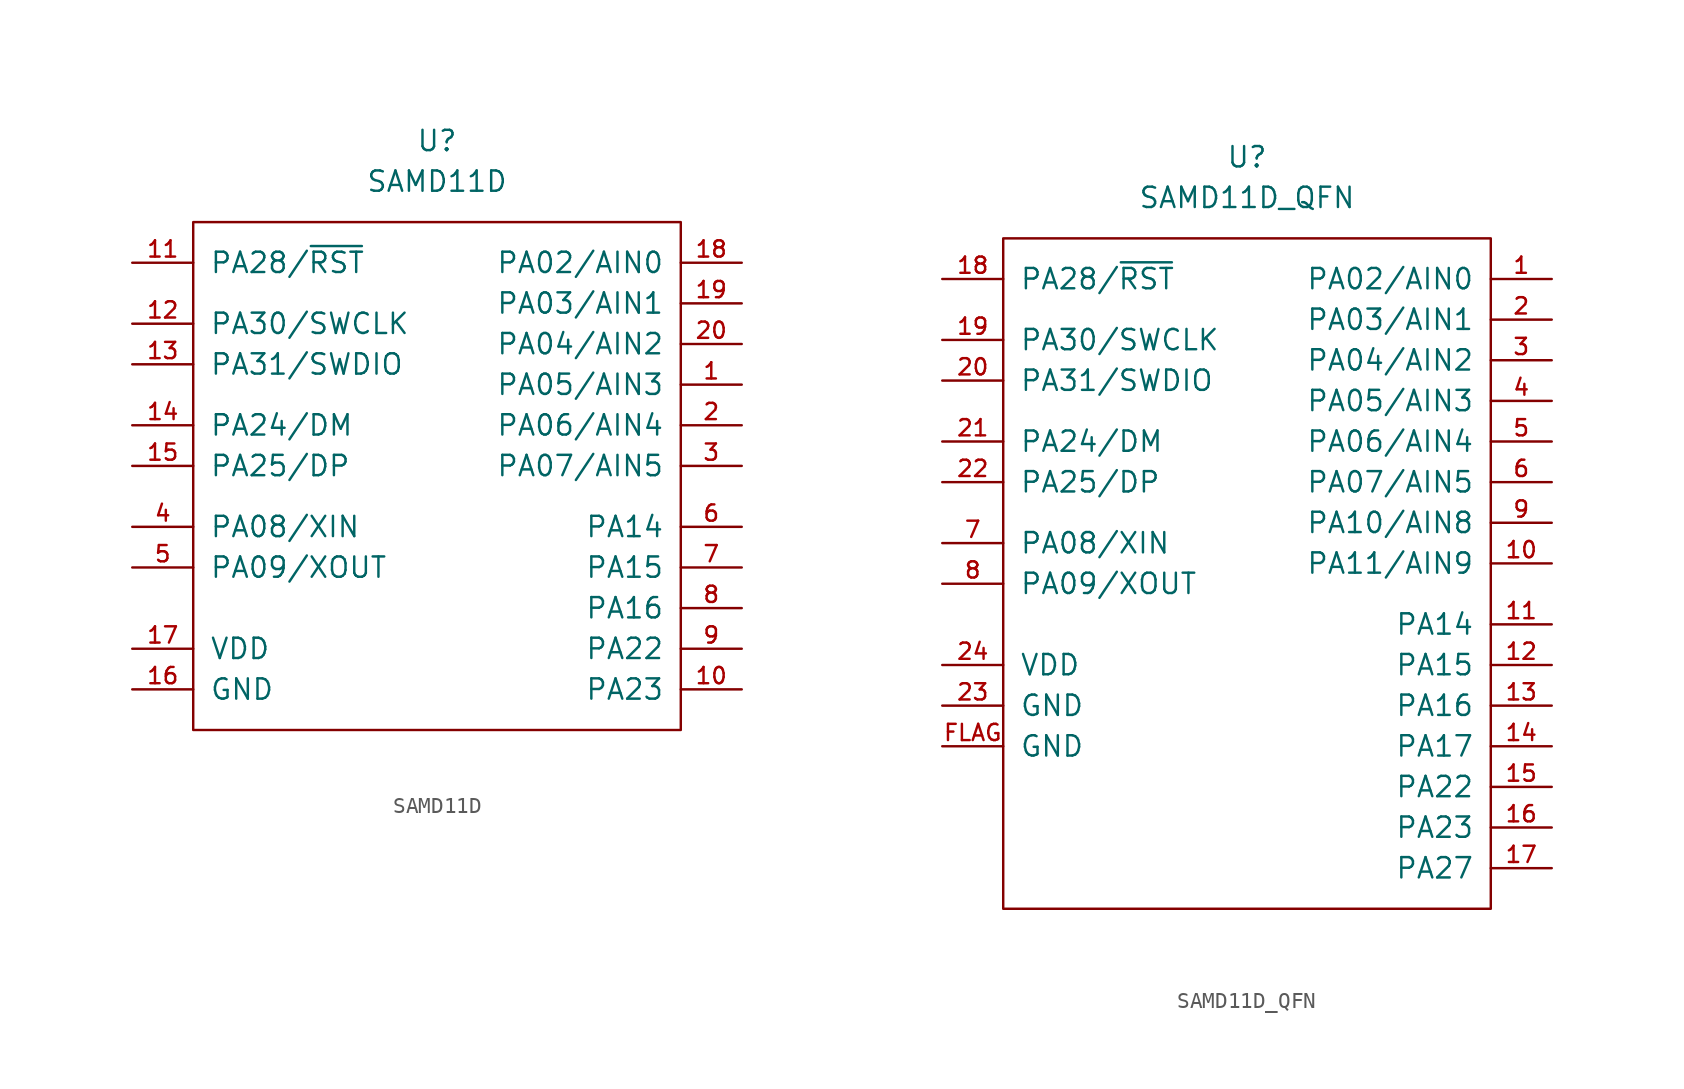
<source format=kicad_sym>
(kicad_symbol_lib
  (version 20211014)
  (generator kicad_symbol_editor)
  (symbol "SAMD11D"
    (pin_names
      (offset 1.016))
    (property "Reference" "U"
      (at 0 5.08 0)
      (effects (font (size 1.27 1.27))))
    (property "Value" "SAMD11D"
      (at 0 2.54 0)
      (effects (font (size 1.27 1.27))))
    (symbol "SAMD11D_0_1"
      (rectangle (start -15.24 0) (end 15.24 -31.75) (stroke (width 0) (type default) (color 0 0 0 0)) (fill (type none))))
    (symbol "SAMD11D_1_1"
      (pin tri_state line (at 19.05 -10.16 180) (length 3.81) (name "PA05/AIN3" (effects (font (size 1.27 1.27)))) (number "1" (effects (font (size 1.016 1.016)))))
      (pin tri_state line (at 19.05 -29.21 180) (length 3.81) (name "PA23" (effects (font (size 1.27 1.27)))) (number "10" (effects (font (size 1.016 1.016)))))
      (pin tri_state line (at -19.05 -2.54 0) (length 3.81) (name "PA28/~{RST}" (effects (font (size 1.27 1.27)))) (number "11" (effects (font (size 1.016 1.016)))))
      (pin tri_state line (at -19.05 -6.35 0) (length 3.81) (name "PA30/SWCLK" (effects (font (size 1.27 1.27)))) (number "12" (effects (font (size 1.016 1.016)))))
      (pin tri_state line (at -19.05 -8.89 0) (length 3.81) (name "PA31/SWDIO" (effects (font (size 1.27 1.27)))) (number "13" (effects (font (size 1.016 1.016)))))
      (pin tri_state line (at -19.05 -12.7 0) (length 3.81) (name "PA24/DM" (effects (font (size 1.27 1.27)))) (number "14" (effects (font (size 1.016 1.016)))))
      (pin tri_state line (at -19.05 -15.24 0) (length 3.81) (name "PA25/DP" (effects (font (size 1.27 1.27)))) (number "15" (effects (font (size 1.016 1.016)))))
      (pin power_in line (at -19.05 -29.21 0) (length 3.81) (name "GND" (effects (font (size 1.27 1.27)))) (number "16" (effects (font (size 1.016 1.016)))))
      (pin power_in line (at -19.05 -26.67 0) (length 3.81) (name "VDD" (effects (font (size 1.27 1.27)))) (number "17" (effects (font (size 1.016 1.016)))))
      (pin tri_state line (at 19.05 -2.54 180) (length 3.81) (name "PA02/AIN0" (effects (font (size 1.27 1.27)))) (number "18" (effects (font (size 1.016 1.016)))))
      (pin tri_state line (at 19.05 -5.08 180) (length 3.81) (name "PA03/AIN1" (effects (font (size 1.27 1.27)))) (number "19" (effects (font (size 1.016 1.016)))))
      (pin tri_state line (at 19.05 -12.7 180) (length 3.81) (name "PA06/AIN4" (effects (font (size 1.27 1.27)))) (number "2" (effects (font (size 1.016 1.016)))))
      (pin tri_state line (at 19.05 -7.62 180) (length 3.81) (name "PA04/AIN2" (effects (font (size 1.27 1.27)))) (number "20" (effects (font (size 1.016 1.016)))))
      (pin tri_state line (at 19.05 -15.24 180) (length 3.81) (name "PA07/AIN5" (effects (font (size 1.27 1.27)))) (number "3" (effects (font (size 1.016 1.016)))))
      (pin tri_state line (at -19.05 -19.05 0) (length 3.81) (name "PA08/XIN" (effects (font (size 1.27 1.27)))) (number "4" (effects (font (size 1.016 1.016)))))
      (pin tri_state line (at -19.05 -21.59 0) (length 3.81) (name "PA09/XOUT" (effects (font (size 1.27 1.27)))) (number "5" (effects (font (size 1.016 1.016)))))
      (pin tri_state line (at 19.05 -19.05 180) (length 3.81) (name "PA14" (effects (font (size 1.27 1.27)))) (number "6" (effects (font (size 1.016 1.016)))))
      (pin tri_state line (at 19.05 -21.59 180) (length 3.81) (name "PA15" (effects (font (size 1.27 1.27)))) (number "7" (effects (font (size 1.016 1.016)))))
      (pin tri_state line (at 19.05 -24.13 180) (length 3.81) (name "PA16" (effects (font (size 1.27 1.27)))) (number "8" (effects (font (size 1.016 1.016)))))
      (pin tri_state line (at 19.05 -26.67 180) (length 3.81) (name "PA22" (effects (font (size 1.27 1.27)))) (number "9" (effects (font (size 1.016 1.016)))))))
  (symbol "SAMD11D_QFN"
    (pin_names
      (offset 1.016))
    (property "Reference" "U"
      (at 0 5.08 0)
      (effects (font (size 1.27 1.27))))
    (property "Value" "SAMD11D_QFN"
      (at 0 2.54 0)
      (effects (font (size 1.27 1.27))))
    (symbol "SAMD11D_QFN_0_1"
      (rectangle (start -15.24 0) (end 15.24 -41.91) (stroke (width 0) (type default) (color 0 0 0 0)) (fill (type none))))
    (symbol "SAMD11D_QFN_1_1"
      (pin tri_state line (at 19.05 -2.54 180) (length 3.81) (name "PA02/AIN0" (effects (font (size 1.27 1.27)))) (number "1" (effects (font (size 1.016 1.016)))))
      (pin tri_state line (at 19.05 -20.32 180) (length 3.81) (name "PA11/AIN9" (effects (font (size 1.27 1.27)))) (number "10" (effects (font (size 1.016 1.016)))))
      (pin tri_state line (at 19.05 -24.13 180) (length 3.81) (name "PA14" (effects (font (size 1.27 1.27)))) (number "11" (effects (font (size 1.016 1.016)))))
      (pin tri_state line (at 19.05 -26.67 180) (length 3.81) (name "PA15" (effects (font (size 1.27 1.27)))) (number "12" (effects (font (size 1.016 1.016)))))
      (pin tri_state line (at 19.05 -29.21 180) (length 3.81) (name "PA16" (effects (font (size 1.27 1.27)))) (number "13" (effects (font (size 1.016 1.016)))))
      (pin tri_state line (at 19.05 -31.75 180) (length 3.81) (name "PA17" (effects (font (size 1.27 1.27)))) (number "14" (effects (font (size 1.016 1.016)))))
      (pin tri_state line (at 19.05 -34.29 180) (length 3.81) (name "PA22" (effects (font (size 1.27 1.27)))) (number "15" (effects (font (size 1.016 1.016)))))
      (pin tri_state line (at 19.05 -36.83 180) (length 3.81) (name "PA23" (effects (font (size 1.27 1.27)))) (number "16" (effects (font (size 1.016 1.016)))))
      (pin tri_state line (at 19.05 -39.37 180) (length 3.81) (name "PA27" (effects (font (size 1.27 1.27)))) (number "17" (effects (font (size 1.016 1.016)))))
      (pin tri_state line (at -19.05 -2.54 0) (length 3.81) (name "PA28/~{RST}" (effects (font (size 1.27 1.27)))) (number "18" (effects (font (size 1.016 1.016)))))
      (pin tri_state line (at -19.05 -6.35 0) (length 3.81) (name "PA30/SWCLK" (effects (font (size 1.27 1.27)))) (number "19" (effects (font (size 1.016 1.016)))))
      (pin tri_state line (at 19.05 -5.08 180) (length 3.81) (name "PA03/AIN1" (effects (font (size 1.27 1.27)))) (number "2" (effects (font (size 1.016 1.016)))))
      (pin tri_state line (at -19.05 -8.89 0) (length 3.81) (name "PA31/SWDIO" (effects (font (size 1.27 1.27)))) (number "20" (effects (font (size 1.016 1.016)))))
      (pin tri_state line (at -19.05 -12.7 0) (length 3.81) (name "PA24/DM" (effects (font (size 1.27 1.27)))) (number "21" (effects (font (size 1.016 1.016)))))
      (pin tri_state line (at -19.05 -15.24 0) (length 3.81) (name "PA25/DP" (effects (font (size 1.27 1.27)))) (number "22" (effects (font (size 1.016 1.016)))))
      (pin power_in line (at -19.05 -29.21 0) (length 3.81) (name "GND" (effects (font (size 1.27 1.27)))) (number "23" (effects (font (size 1.016 1.016)))))
      (pin power_in line (at -19.05 -26.67 0) (length 3.81) (name "VDD" (effects (font (size 1.27 1.27)))) (number "24" (effects (font (size 1.016 1.016)))))
      (pin tri_state line (at 19.05 -7.62 180) (length 3.81) (name "PA04/AIN2" (effects (font (size 1.27 1.27)))) (number "3" (effects (font (size 1.016 1.016)))))
      (pin tri_state line (at 19.05 -10.16 180) (length 3.81) (name "PA05/AIN3" (effects (font (size 1.27 1.27)))) (number "4" (effects (font (size 1.016 1.016)))))
      (pin tri_state line (at 19.05 -12.7 180) (length 3.81) (name "PA06/AIN4" (effects (font (size 1.27 1.27)))) (number "5" (effects (font (size 1.016 1.016)))))
      (pin tri_state line (at 19.05 -15.24 180) (length 3.81) (name "PA07/AIN5" (effects (font (size 1.27 1.27)))) (number "6" (effects (font (size 1.016 1.016)))))
      (pin tri_state line (at -19.05 -19.05 0) (length 3.81) (name "PA08/XIN" (effects (font (size 1.27 1.27)))) (number "7" (effects (font (size 1.016 1.016)))))
      (pin tri_state line (at -19.05 -21.59 0) (length 3.81) (name "PA09/XOUT" (effects (font (size 1.27 1.27)))) (number "8" (effects (font (size 1.016 1.016)))))
      (pin tri_state line (at 19.05 -17.78 180) (length 3.81) (name "PA10/AIN8" (effects (font (size 1.27 1.27)))) (number "9" (effects (font (size 1.016 1.016)))))
      (pin power_in line (at -19.05 -31.75 0) (length 3.81) (name "GND" (effects (font (size 1.27 1.27)))) (number "FLAG" (effects (font (size 1.016 1.016))))))))
</source>
